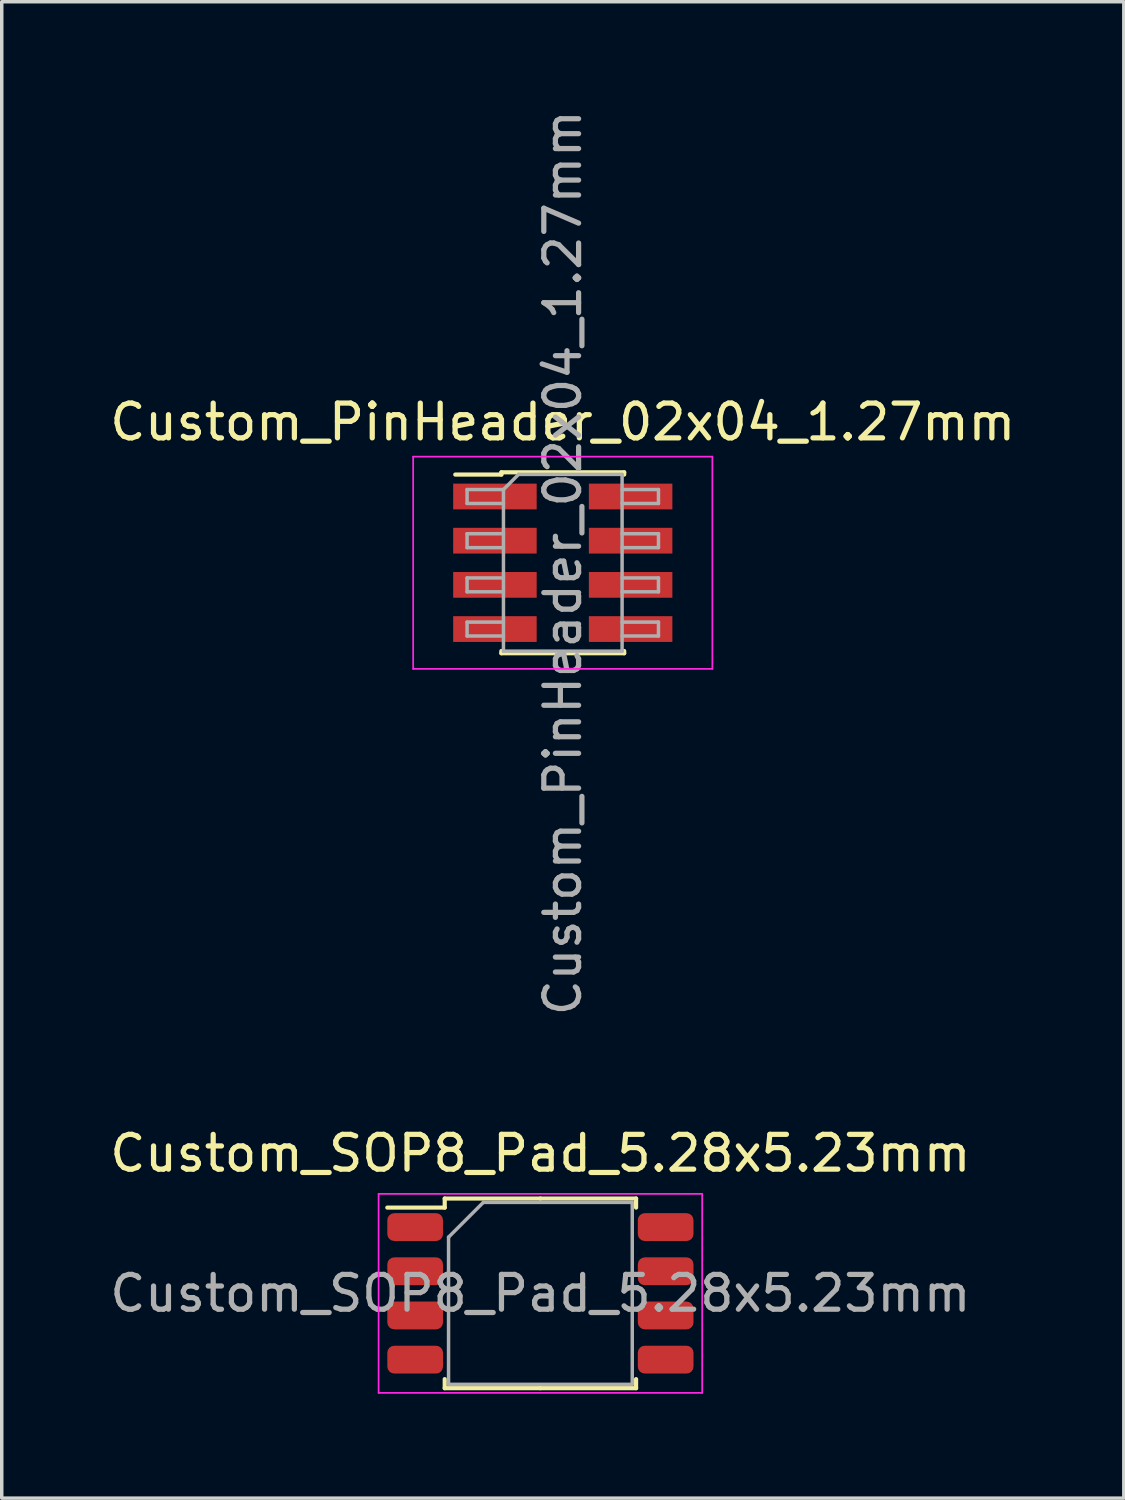
<source format=kicad_pcb>
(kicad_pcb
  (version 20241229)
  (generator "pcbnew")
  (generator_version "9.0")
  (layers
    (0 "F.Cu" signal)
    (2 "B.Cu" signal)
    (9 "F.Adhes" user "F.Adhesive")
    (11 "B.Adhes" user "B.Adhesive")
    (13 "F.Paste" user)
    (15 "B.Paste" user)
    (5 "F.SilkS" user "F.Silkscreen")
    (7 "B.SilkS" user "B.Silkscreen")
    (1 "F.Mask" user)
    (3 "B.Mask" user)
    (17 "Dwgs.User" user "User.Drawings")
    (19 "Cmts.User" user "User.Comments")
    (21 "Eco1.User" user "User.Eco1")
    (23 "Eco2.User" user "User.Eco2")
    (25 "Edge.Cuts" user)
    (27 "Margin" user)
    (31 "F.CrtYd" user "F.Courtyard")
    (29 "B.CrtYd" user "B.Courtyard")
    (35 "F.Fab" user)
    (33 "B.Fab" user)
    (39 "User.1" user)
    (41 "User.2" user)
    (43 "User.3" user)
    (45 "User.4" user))
  (footprint "Custom_PinHeader_02x04_1.27mm"
    (layer "F.Cu")
    (at 13.125 13.13)
    (property "Reference" "Custom_PinHeader_02x04_1.27mm" (at 0 -4.05 0) (unlocked yes) (layer "F.SilkS") (effects (font (size 1 1) (thickness 0.15))))
    (attr smd)
    (fp_line (start -3.09 -2.54) (end -1.765 -2.54) (stroke (width 0.12) (type solid)) (layer "F.SilkS"))
    (fp_line (start -1.765 -2.605) (end -1.765 -2.54) (stroke (width 0.12) (type solid)) (layer "F.SilkS"))
    (fp_line (start -1.765 -2.605) (end 1.765 -2.605) (stroke (width 0.12) (type solid)) (layer "F.SilkS"))
    (fp_line (start -1.765 2.53) (end -1.765 2.595) (stroke (width 0.12) (type solid)) (layer "F.SilkS"))
    (fp_line (start -1.765 2.595) (end 1.765 2.595) (stroke (width 0.12) (type solid)) (layer "F.SilkS"))
    (fp_line (start 1.765 -2.605) (end 1.765 -2.54) (stroke (width 0.12) (type solid)) (layer "F.SilkS"))
    (fp_line (start 1.765 2.53) (end 1.765 2.595) (stroke (width 0.12) (type solid)) (layer "F.SilkS"))
    (fp_line (start -4.3 -3.055) (end -4.3 3.045) (stroke (width 0.05) (type solid)) (layer "F.CrtYd"))
    (fp_line (start -4.3 3.045) (end 4.3 3.045) (stroke (width 0.05) (type solid)) (layer "F.CrtYd"))
    (fp_line (start 4.3 -3.055) (end -4.3 -3.055) (stroke (width 0.05) (type solid)) (layer "F.CrtYd"))
    (fp_line (start 4.3 3.045) (end 4.3 -3.055) (stroke (width 0.05) (type solid)) (layer "F.CrtYd"))
    (fp_line (start -2.75 -2.11) (end -2.75 -1.71) (stroke (width 0.1) (type solid)) (layer "F.Fab"))
    (fp_line (start -2.75 -1.71) (end -1.705 -1.71) (stroke (width 0.1) (type solid)) (layer "F.Fab"))
    (fp_line (start -2.75 -0.84) (end -2.75 -0.44) (stroke (width 0.1) (type solid)) (layer "F.Fab"))
    (fp_line (start -2.75 -0.44) (end -1.705 -0.44) (stroke (width 0.1) (type solid)) (layer "F.Fab"))
    (fp_line (start -2.75 0.43) (end -2.75 0.83) (stroke (width 0.1) (type solid)) (layer "F.Fab"))
    (fp_line (start -2.75 0.83) (end -1.705 0.83) (stroke (width 0.1) (type solid)) (layer "F.Fab"))
    (fp_line (start -2.75 1.7) (end -2.75 2.1) (stroke (width 0.1) (type solid)) (layer "F.Fab"))
    (fp_line (start -2.75 2.1) (end -1.705 2.1) (stroke (width 0.1) (type solid)) (layer "F.Fab"))
    (fp_line (start -1.705 -2.11) (end -2.75 -2.11) (stroke (width 0.1) (type solid)) (layer "F.Fab"))
    (fp_line (start -1.705 -2.11) (end -1.27 -2.545) (stroke (width 0.1) (type solid)) (layer "F.Fab"))
    (fp_line (start -1.705 -0.84) (end -2.75 -0.84) (stroke (width 0.1) (type solid)) (layer "F.Fab"))
    (fp_line (start -1.705 0.43) (end -2.75 0.43) (stroke (width 0.1) (type solid)) (layer "F.Fab"))
    (fp_line (start -1.705 1.7) (end -2.75 1.7) (stroke (width 0.1) (type solid)) (layer "F.Fab"))
    (fp_line (start -1.705 2.535) (end -1.705 -2.11) (stroke (width 0.1) (type solid)) (layer "F.Fab"))
    (fp_line (start -1.27 -2.545) (end 1.705 -2.545) (stroke (width 0.1) (type solid)) (layer "F.Fab"))
    (fp_line (start 1.705 -2.545) (end 1.705 2.535) (stroke (width 0.1) (type solid)) (layer "F.Fab"))
    (fp_line (start 1.705 -2.11) (end 2.75 -2.11) (stroke (width 0.1) (type solid)) (layer "F.Fab"))
    (fp_line (start 1.705 -0.84) (end 2.75 -0.84) (stroke (width 0.1) (type solid)) (layer "F.Fab"))
    (fp_line (start 1.705 0.43) (end 2.75 0.43) (stroke (width 0.1) (type solid)) (layer "F.Fab"))
    (fp_line (start 1.705 1.7) (end 2.75 1.7) (stroke (width 0.1) (type solid)) (layer "F.Fab"))
    (fp_line (start 1.705 2.535) (end -1.705 2.535) (stroke (width 0.1) (type solid)) (layer "F.Fab"))
    (fp_line (start 2.75 -2.11) (end 2.75 -1.71) (stroke (width 0.1) (type solid)) (layer "F.Fab"))
    (fp_line (start 2.75 -1.71) (end 1.705 -1.71) (stroke (width 0.1) (type solid)) (layer "F.Fab"))
    (fp_line (start 2.75 -0.84) (end 2.75 -0.44) (stroke (width 0.1) (type solid)) (layer "F.Fab"))
    (fp_line (start 2.75 -0.44) (end 1.705 -0.44) (stroke (width 0.1) (type solid)) (layer "F.Fab"))
    (fp_line (start 2.75 0.43) (end 2.75 0.83) (stroke (width 0.1) (type solid)) (layer "F.Fab"))
    (fp_line (start 2.75 0.83) (end 1.705 0.83) (stroke (width 0.1) (type solid)) (layer "F.Fab"))
    (fp_line (start 2.75 1.7) (end 2.75 2.1) (stroke (width 0.1) (type solid)) (layer "F.Fab"))
    (fp_line (start 2.75 2.1) (end 1.705 2.1) (stroke (width 0.1) (type solid)) (layer "F.Fab"))
    (fp_text user "${REFERENCE}" (at 0 -0.005 90) (layer "F.Fab") (effects (font (size 1 1) (thickness 0.15))))
    (pad "1" smd rect (at -1.95 -1.91) (size 2.4 0.74) (layers "F.Cu" "F.Mask" "F.Paste"))
    (pad "2" smd rect (at -1.95 -0.64) (size 2.4 0.74) (layers "F.Cu" "F.Mask" "F.Paste"))
    (pad "3" smd rect (at -1.95 0.63) (size 2.4 0.74) (layers "F.Cu" "F.Mask" "F.Paste"))
    (pad "4" smd rect (at -1.95 1.9) (size 2.4 0.74) (layers "F.Cu" "F.Mask" "F.Paste"))
    (pad "5" smd rect (at 1.95 1.9) (size 2.4 0.74) (layers "F.Cu" "F.Mask" "F.Paste"))
    (pad "6" smd rect (at 1.95 0.63) (size 2.4 0.74) (layers "F.Cu" "F.Mask" "F.Paste"))
    (pad "7" smd rect (at 1.95 -0.64) (size 2.4 0.74) (layers "F.Cu" "F.Mask" "F.Paste"))
    (pad "8" smd rect (at 1.95 -1.91) (size 2.4 0.74) (layers "F.Cu" "F.Mask" "F.Paste")))
  (footprint "Custom_SOP8_Pad_5.28x5.23mm"
    (layer "F.Cu")
    (at 12.482 34.123)
    (property "Reference" "Custom_SOP8_Pad_5.28x5.23mm" (at 0 -4.025 0) (unlocked yes) (layer "F.SilkS") (effects (font (size 1 1) (thickness 0.15))))
    (attr smd)
    (fp_line (start -2.75 -2.725) (end -2.75 -2.465) (stroke (width 0.12) (type solid)) (layer "F.SilkS"))
    (fp_line (start -2.75 -2.465) (end -4.4 -2.465) (stroke (width 0.12) (type solid)) (layer "F.SilkS"))
    (fp_line (start -2.75 2.725) (end -2.75 2.465) (stroke (width 0.12) (type solid)) (layer "F.SilkS"))
    (fp_line (start 0 -2.725) (end -2.75 -2.725) (stroke (width 0.12) (type solid)) (layer "F.SilkS"))
    (fp_line (start 0 -2.725) (end 2.75 -2.725) (stroke (width 0.12) (type solid)) (layer "F.SilkS"))
    (fp_line (start 0 2.725) (end -2.75 2.725) (stroke (width 0.12) (type solid)) (layer "F.SilkS"))
    (fp_line (start 0 2.725) (end 2.75 2.725) (stroke (width 0.12) (type solid)) (layer "F.SilkS"))
    (fp_line (start 2.75 -2.725) (end 2.75 -2.465) (stroke (width 0.12) (type solid)) (layer "F.SilkS"))
    (fp_line (start 2.75 2.725) (end 2.75 2.465) (stroke (width 0.12) (type solid)) (layer "F.SilkS"))
    (fp_line (start -4.65 -2.86) (end -4.65 2.86) (stroke (width 0.05) (type solid)) (layer "F.CrtYd"))
    (fp_line (start -4.65 2.86) (end 4.65 2.86) (stroke (width 0.05) (type solid)) (layer "F.CrtYd"))
    (fp_line (start 4.65 -2.86) (end -4.65 -2.86) (stroke (width 0.05) (type solid)) (layer "F.CrtYd"))
    (fp_line (start 4.65 2.86) (end 4.65 -2.86) (stroke (width 0.05) (type solid)) (layer "F.CrtYd"))
    (fp_line (start -2.64 -1.615) (end -1.64 -2.615) (stroke (width 0.1) (type solid)) (layer "F.Fab"))
    (fp_line (start -2.64 2.615) (end -2.64 -1.615) (stroke (width 0.1) (type solid)) (layer "F.Fab"))
    (fp_line (start -1.64 -2.615) (end 2.64 -2.615) (stroke (width 0.1) (type solid)) (layer "F.Fab"))
    (fp_line (start 2.64 -2.615) (end 2.64 2.615) (stroke (width 0.1) (type solid)) (layer "F.Fab"))
    (fp_line (start 2.64 2.615) (end -2.64 2.615) (stroke (width 0.1) (type solid)) (layer "F.Fab"))
    (fp_text user "${REFERENCE}" (at 0 0 0) (layer "F.Fab") (effects (font (size 1 1) (thickness 0.15))))
    (pad "1" smd roundrect (at -3.6 -1.905) (size 1.6 0.8) (layers "F.Cu" "F.Mask" "F.Paste") (roundrect_rratio 0.25))
    (pad "2" smd roundrect (at -3.6 -0.635) (size 1.6 0.8) (layers "F.Cu" "F.Mask" "F.Paste") (roundrect_rratio 0.25))
    (pad "3" smd roundrect (at -3.6 0.635) (size 1.6 0.8) (layers "F.Cu" "F.Mask" "F.Paste") (roundrect_rratio 0.25))
    (pad "4" smd roundrect (at -3.6 1.905) (size 1.6 0.8) (layers "F.Cu" "F.Mask" "F.Paste") (roundrect_rratio 0.25))
    (pad "5" smd roundrect (at 3.6 1.905) (size 1.6 0.8) (layers "F.Cu" "F.Mask" "F.Paste") (roundrect_rratio 0.25))
    (pad "6" smd roundrect (at 3.6 0.635) (size 1.6 0.8) (layers "F.Cu" "F.Mask" "F.Paste") (roundrect_rratio 0.25))
    (pad "7" smd roundrect (at 3.6 -0.635) (size 1.6 0.8) (layers "F.Cu" "F.Mask" "F.Paste") (roundrect_rratio 0.25))
    (pad "8" smd roundrect (at 3.6 -1.905) (size 1.6 0.8) (layers "F.Cu" "F.Mask" "F.Paste") (roundrect_rratio 0.25)))
  (gr_rect
    (start -3 -3)
    (end 29.25 40.008)
    (stroke (width 0.1) (type default))
    (fill no)
    (layer "Edge.Cuts")))
</source>
